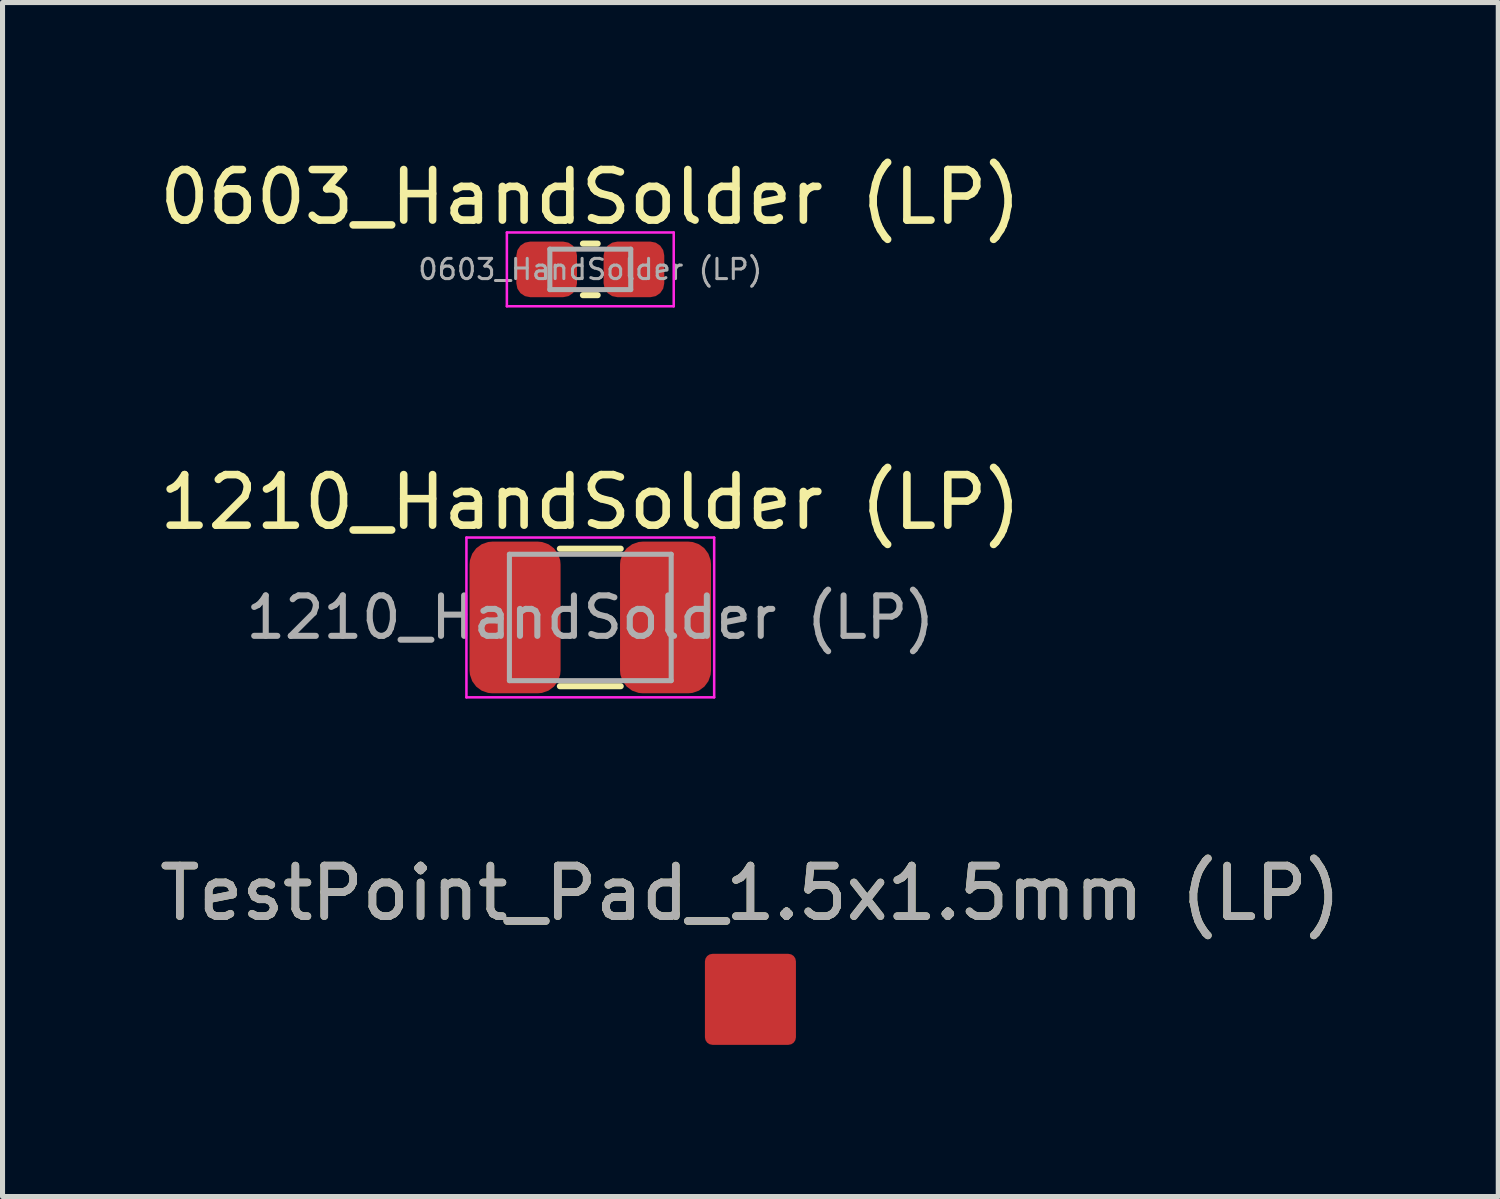
<source format=kicad_pcb>
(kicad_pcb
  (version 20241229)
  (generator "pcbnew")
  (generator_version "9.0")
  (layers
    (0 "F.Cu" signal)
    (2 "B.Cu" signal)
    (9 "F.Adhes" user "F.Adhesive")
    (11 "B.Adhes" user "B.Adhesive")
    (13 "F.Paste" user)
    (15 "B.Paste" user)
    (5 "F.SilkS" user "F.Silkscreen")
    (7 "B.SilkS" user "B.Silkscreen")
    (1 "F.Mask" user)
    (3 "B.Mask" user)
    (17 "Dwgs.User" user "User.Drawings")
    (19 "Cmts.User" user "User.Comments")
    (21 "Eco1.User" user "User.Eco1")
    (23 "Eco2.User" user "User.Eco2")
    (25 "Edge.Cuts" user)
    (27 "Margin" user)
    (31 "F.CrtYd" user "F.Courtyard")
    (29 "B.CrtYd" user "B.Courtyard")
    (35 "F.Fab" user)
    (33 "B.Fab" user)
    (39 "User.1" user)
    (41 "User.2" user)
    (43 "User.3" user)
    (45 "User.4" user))
  (footprint "TestPoint_Pad_1.5x1.5mm (LP)"
    (layer "F.Cu")
    (at 11.792 16.715)
    (property "Reference" "TestPoint_Pad_1.5x1.5mm (LP)" (at 0 -2.1 0) (layer "F.SilkS") (effects (font (size 1 1) (thickness 0.15))))
    (attr exclude_from_pos_files exclude_from_bom)
    (fp_text user "${REFERENCE}" (at 0 -2.1 0) (layer "F.Fab") (effects (font (size 1 1) (thickness 0.15))))
    (pad "" smd roundrect (at 0 0) (size 1.5 1.5) (layers "F.Mask" "F.Paste") (roundrect_rratio 0.1))
    (pad "1" smd roundrect (at 0 0) (size 1.8 1.8) (layers "F.Cu" "F.Paste") (roundrect_rratio 0.083)))
  (footprint "1210_HandSolder (LP)"
    (layer "F.Cu")
    (at 8.625 9.162)
    (property "Reference" "1210_HandSolder (LP)" (at 0 -2.28 0) (layer "F.SilkS") (effects (font (size 1 1) (thickness 0.15))))
    (attr smd)
    (fp_line (start -0.602 -1.36) (end 0.602 -1.36) (stroke (width 0.12) (type solid)) (layer "F.SilkS"))
    (fp_line (start -0.602 1.36) (end 0.602 1.36) (stroke (width 0.12) (type solid)) (layer "F.SilkS"))
    (fp_line (start -2.45 -1.58) (end 2.45 -1.58) (stroke (width 0.05) (type solid)) (layer "F.CrtYd"))
    (fp_line (start -2.45 1.58) (end -2.45 -1.58) (stroke (width 0.05) (type solid)) (layer "F.CrtYd"))
    (fp_line (start 2.45 -1.58) (end 2.45 1.58) (stroke (width 0.05) (type solid)) (layer "F.CrtYd"))
    (fp_line (start 2.45 1.58) (end -2.45 1.58) (stroke (width 0.05) (type solid)) (layer "F.CrtYd"))
    (fp_line (start -1.6 -1.25) (end 1.6 -1.25) (stroke (width 0.1) (type solid)) (layer "F.Fab"))
    (fp_line (start -1.6 1.25) (end -1.6 -1.25) (stroke (width 0.1) (type solid)) (layer "F.Fab"))
    (fp_line (start 1.6 -1.25) (end 1.6 1.25) (stroke (width 0.1) (type solid)) (layer "F.Fab"))
    (fp_line (start 1.6 1.25) (end -1.6 1.25) (stroke (width 0.1) (type solid)) (layer "F.Fab"))
    (fp_text user "${REFERENCE}" (at 0 0 0) (layer "F.Fab") (effects (font (size 0.8 0.8) (thickness 0.12))))
    (pad "" smd roundrect (at -1.488 0) (size 1.425 2.65) (layers "F.Mask" "F.Paste") (roundrect_rratio 0.175))
    (pad "" smd roundrect (at 1.488 0) (size 1.425 2.65) (layers "F.Mask" "F.Paste") (roundrect_rratio 0.175))
    (pad "1" smd roundrect (at -1.488 0 180) (size 1.8 3) (layers "F.Cu" "F.Paste") (roundrect_rratio 0.25))
    (pad "2" smd roundrect (at 1.488 0 180) (size 1.8 3) (layers "F.Cu" "F.Paste") (roundrect_rratio 0.25)))
  (footprint "0603_HandSolder (LP)"
    (layer "F.Cu")
    (at 8.625 2.278)
    (property "Reference" "0603_HandSolder (LP)" (at 0 -1.43 0) (layer "F.SilkS") (effects (font (size 1 1) (thickness 0.15))))
    (attr smd)
    (fp_line (start -0.146 -0.51) (end 0.146 -0.51) (stroke (width 0.12) (type solid)) (layer "F.SilkS"))
    (fp_line (start -0.146 0.51) (end 0.146 0.51) (stroke (width 0.12) (type solid)) (layer "F.SilkS"))
    (fp_line (start -1.65 -0.73) (end 1.65 -0.73) (stroke (width 0.05) (type solid)) (layer "F.CrtYd"))
    (fp_line (start -1.65 0.73) (end -1.65 -0.73) (stroke (width 0.05) (type solid)) (layer "F.CrtYd"))
    (fp_line (start 1.65 -0.73) (end 1.65 0.73) (stroke (width 0.05) (type solid)) (layer "F.CrtYd"))
    (fp_line (start 1.65 0.73) (end -1.65 0.73) (stroke (width 0.05) (type solid)) (layer "F.CrtYd"))
    (fp_line (start -0.8 -0.4) (end 0.8 -0.4) (stroke (width 0.1) (type solid)) (layer "F.Fab"))
    (fp_line (start -0.8 0.4) (end -0.8 -0.4) (stroke (width 0.1) (type solid)) (layer "F.Fab"))
    (fp_line (start 0.8 -0.4) (end 0.8 0.4) (stroke (width 0.1) (type solid)) (layer "F.Fab"))
    (fp_line (start 0.8 0.4) (end -0.8 0.4) (stroke (width 0.1) (type solid)) (layer "F.Fab"))
    (fp_text user "${REFERENCE}" (at 0 0 0) (layer "F.Fab") (effects (font (size 0.4 0.4) (thickness 0.06))))
    (pad "" smd roundrect (at -0.863 0) (size 1 0.95) (layers "F.Mask" "F.Paste") (roundrect_rratio 0.25))
    (pad "" smd roundrect (at 0.863 0) (size 1 0.95) (layers "F.Mask" "F.Paste") (roundrect_rratio 0.25))
    (pad "1" smd roundrect (at -0.863 0) (size 1.2 1.1) (layers "F.Cu" "F.Paste") (roundrect_rratio 0.25))
    (pad "2" smd roundrect (at 0.863 0) (size 1.2 1.1) (layers "F.Cu" "F.Paste") (roundrect_rratio 0.25)))
  (gr_rect
    (start -3 -3)
    (end 26.583 20.615)
    (stroke (width 0.1) (type default))
    (fill no)
    (layer "Edge.Cuts")))
</source>
